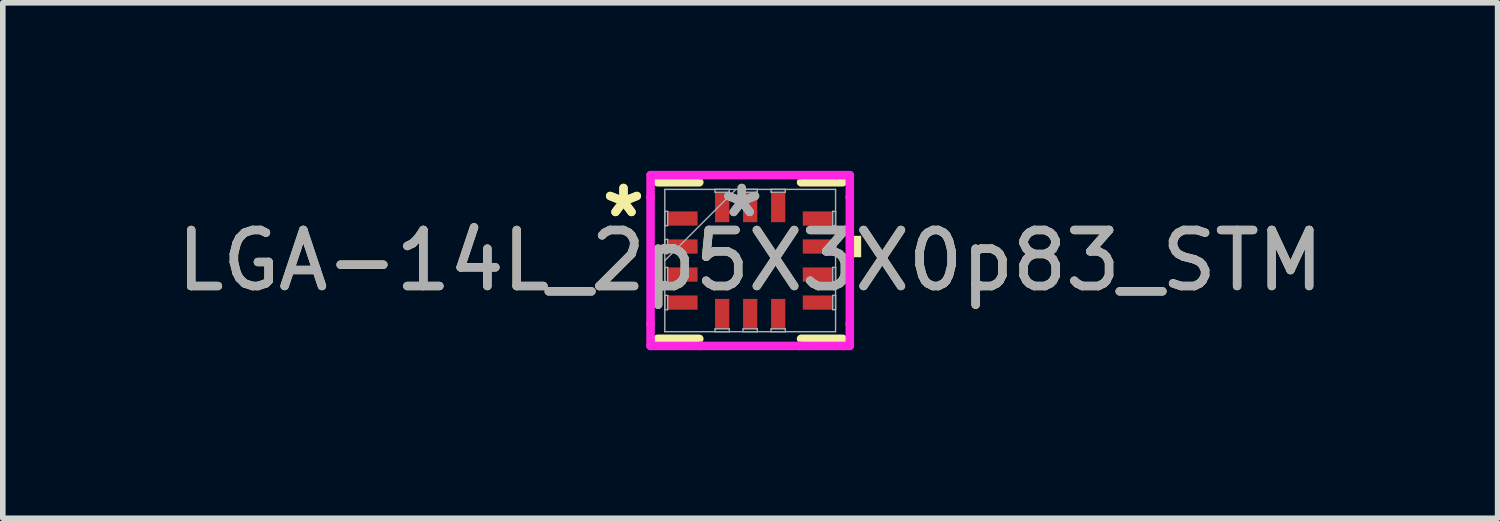
<source format=kicad_pcb>
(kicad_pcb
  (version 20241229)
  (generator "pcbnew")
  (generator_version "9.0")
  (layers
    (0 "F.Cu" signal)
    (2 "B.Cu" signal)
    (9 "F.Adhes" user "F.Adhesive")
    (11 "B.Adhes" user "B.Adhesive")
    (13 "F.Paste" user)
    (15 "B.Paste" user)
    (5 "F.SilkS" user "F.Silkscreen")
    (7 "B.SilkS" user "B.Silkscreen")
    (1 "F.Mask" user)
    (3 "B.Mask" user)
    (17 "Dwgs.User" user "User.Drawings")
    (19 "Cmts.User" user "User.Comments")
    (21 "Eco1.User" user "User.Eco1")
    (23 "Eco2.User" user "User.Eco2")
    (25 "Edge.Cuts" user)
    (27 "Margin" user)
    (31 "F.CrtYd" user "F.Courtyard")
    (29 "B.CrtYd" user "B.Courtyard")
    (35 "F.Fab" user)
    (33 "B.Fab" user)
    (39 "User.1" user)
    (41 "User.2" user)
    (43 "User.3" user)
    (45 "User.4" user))
  (footprint "LGA-14L_2p5X3X0p83_STM"
    (layer "F.Cu")
    (at 10.339 1.6)
    (property "Reference" "LGA-14L_2p5X3X0p83_STM" (at 0 0 0) (unlocked yes) (layer "F.SilkS") (effects (font (size 1 1) (thickness 0.15))))
    (attr smd)
    (fp_line (start -1.651 1.397) (end -0.908 1.397) (stroke (width 0.152) (type solid)) (layer "F.SilkS"))
    (fp_line (start -0.908 -1.397) (end -1.651 -1.397) (stroke (width 0.152) (type solid)) (layer "F.SilkS"))
    (fp_line (start 0.908 1.397) (end 1.651 1.397) (stroke (width 0.152) (type solid)) (layer "F.SilkS"))
    (fp_line (start 1.651 -1.397) (end 0.908 -1.397) (stroke (width 0.152) (type solid)) (layer "F.SilkS"))
    (fp_poly (pts (xy 1.981 -0.441) (xy 1.981 -0.059) (xy 1.727 -0.059) (xy 1.727 -0.441)) (stroke (width 0) (type solid)) (fill yes) (layer "F.SilkS"))
    (fp_line (start -1.778 -1.524) (end -0.881 -1.524) (stroke (width 0.152) (type solid)) (layer "F.CrtYd"))
    (fp_line (start -1.778 -1.131) (end -1.778 -1.524) (stroke (width 0.152) (type solid)) (layer "F.CrtYd"))
    (fp_line (start -1.778 -1.131) (end -1.778 -1.131) (stroke (width 0.152) (type solid)) (layer "F.CrtYd"))
    (fp_line (start -1.778 1.131) (end -1.778 -1.131) (stroke (width 0.152) (type solid)) (layer "F.CrtYd"))
    (fp_line (start -1.778 1.131) (end -1.778 1.131) (stroke (width 0.152) (type solid)) (layer "F.CrtYd"))
    (fp_line (start -1.778 1.524) (end -1.778 1.131) (stroke (width 0.152) (type solid)) (layer "F.CrtYd"))
    (fp_line (start -0.881 -1.524) (end -0.881 -1.524) (stroke (width 0.152) (type solid)) (layer "F.CrtYd"))
    (fp_line (start -0.881 -1.524) (end 0.881 -1.524) (stroke (width 0.152) (type solid)) (layer "F.CrtYd"))
    (fp_line (start -0.881 1.524) (end -1.778 1.524) (stroke (width 0.152) (type solid)) (layer "F.CrtYd"))
    (fp_line (start -0.881 1.524) (end -0.881 1.524) (stroke (width 0.152) (type solid)) (layer "F.CrtYd"))
    (fp_line (start 0.881 -1.524) (end 0.881 -1.524) (stroke (width 0.152) (type solid)) (layer "F.CrtYd"))
    (fp_line (start 0.881 -1.524) (end 1.778 -1.524) (stroke (width 0.152) (type solid)) (layer "F.CrtYd"))
    (fp_line (start 0.881 1.524) (end -0.881 1.524) (stroke (width 0.152) (type solid)) (layer "F.CrtYd"))
    (fp_line (start 0.881 1.524) (end 0.881 1.524) (stroke (width 0.152) (type solid)) (layer "F.CrtYd"))
    (fp_line (start 1.778 -1.524) (end 1.778 -1.131) (stroke (width 0.152) (type solid)) (layer "F.CrtYd"))
    (fp_line (start 1.778 -1.131) (end 1.778 -1.131) (stroke (width 0.152) (type solid)) (layer "F.CrtYd"))
    (fp_line (start 1.778 -1.131) (end 1.778 1.131) (stroke (width 0.152) (type solid)) (layer "F.CrtYd"))
    (fp_line (start 1.778 1.131) (end 1.778 1.131) (stroke (width 0.152) (type solid)) (layer "F.CrtYd"))
    (fp_line (start 1.778 1.131) (end 1.778 1.524) (stroke (width 0.152) (type solid)) (layer "F.CrtYd"))
    (fp_line (start 1.778 1.524) (end 0.881 1.524) (stroke (width 0.152) (type solid)) (layer "F.CrtYd"))
    (fp_line (start -1.524 -1.27) (end -1.524 1.27) (stroke (width 0.025) (type solid)) (layer "F.Fab"))
    (fp_line (start -1.524 -0.877) (end -1.473 -0.877) (stroke (width 0.025) (type solid)) (layer "F.Fab"))
    (fp_line (start -1.524 -0.623) (end -1.524 -0.877) (stroke (width 0.025) (type solid)) (layer "F.Fab"))
    (fp_line (start -1.524 -0.377) (end -1.473 -0.377) (stroke (width 0.025) (type solid)) (layer "F.Fab"))
    (fp_line (start -1.524 -0.123) (end -1.524 -0.377) (stroke (width 0.025) (type solid)) (layer "F.Fab"))
    (fp_line (start -1.524 0) (end -0.254 -1.27) (stroke (width 0.025) (type solid)) (layer "F.Fab"))
    (fp_line (start -1.524 0.123) (end -1.473 0.123) (stroke (width 0.025) (type solid)) (layer "F.Fab"))
    (fp_line (start -1.524 0.377) (end -1.524 0.123) (stroke (width 0.025) (type solid)) (layer "F.Fab"))
    (fp_line (start -1.524 0.623) (end -1.473 0.623) (stroke (width 0.025) (type solid)) (layer "F.Fab"))
    (fp_line (start -1.524 0.877) (end -1.524 0.623) (stroke (width 0.025) (type solid)) (layer "F.Fab"))
    (fp_line (start -1.524 1.27) (end 1.524 1.27) (stroke (width 0.025) (type solid)) (layer "F.Fab"))
    (fp_line (start -1.473 -0.877) (end -1.473 -0.623) (stroke (width 0.025) (type solid)) (layer "F.Fab"))
    (fp_line (start -1.473 -0.623) (end -1.524 -0.623) (stroke (width 0.025) (type solid)) (layer "F.Fab"))
    (fp_line (start -1.473 -0.377) (end -1.473 -0.123) (stroke (width 0.025) (type solid)) (layer "F.Fab"))
    (fp_line (start -1.473 -0.123) (end -1.524 -0.123) (stroke (width 0.025) (type solid)) (layer "F.Fab"))
    (fp_line (start -1.473 0.123) (end -1.473 0.377) (stroke (width 0.025) (type solid)) (layer "F.Fab"))
    (fp_line (start -1.473 0.377) (end -1.524 0.377) (stroke (width 0.025) (type solid)) (layer "F.Fab"))
    (fp_line (start -1.473 0.623) (end -1.473 0.877) (stroke (width 0.025) (type solid)) (layer "F.Fab"))
    (fp_line (start -1.473 0.877) (end -1.524 0.877) (stroke (width 0.025) (type solid)) (layer "F.Fab"))
    (fp_line (start -0.627 -1.27) (end -0.373 -1.27) (stroke (width 0.025) (type solid)) (layer "F.Fab"))
    (fp_line (start -0.627 -1.219) (end -0.627 -1.27) (stroke (width 0.025) (type solid)) (layer "F.Fab"))
    (fp_line (start -0.627 1.219) (end -0.373 1.219) (stroke (width 0.025) (type solid)) (layer "F.Fab"))
    (fp_line (start -0.627 1.27) (end -0.627 1.219) (stroke (width 0.025) (type solid)) (layer "F.Fab"))
    (fp_line (start -0.373 -1.27) (end -0.373 -1.219) (stroke (width 0.025) (type solid)) (layer "F.Fab"))
    (fp_line (start -0.373 -1.219) (end -0.627 -1.219) (stroke (width 0.025) (type solid)) (layer "F.Fab"))
    (fp_line (start -0.373 1.219) (end -0.373 1.27) (stroke (width 0.025) (type solid)) (layer "F.Fab"))
    (fp_line (start -0.373 1.27) (end -0.627 1.27) (stroke (width 0.025) (type solid)) (layer "F.Fab"))
    (fp_line (start -0.127 -1.27) (end 0.127 -1.27) (stroke (width 0.025) (type solid)) (layer "F.Fab"))
    (fp_line (start -0.127 -1.219) (end -0.127 -1.27) (stroke (width 0.025) (type solid)) (layer "F.Fab"))
    (fp_line (start -0.127 1.219) (end 0.127 1.219) (stroke (width 0.025) (type solid)) (layer "F.Fab"))
    (fp_line (start -0.127 1.27) (end -0.127 1.219) (stroke (width 0.025) (type solid)) (layer "F.Fab"))
    (fp_line (start 0.127 -1.27) (end 0.127 -1.219) (stroke (width 0.025) (type solid)) (layer "F.Fab"))
    (fp_line (start 0.127 -1.219) (end -0.127 -1.219) (stroke (width 0.025) (type solid)) (layer "F.Fab"))
    (fp_line (start 0.127 1.219) (end 0.127 1.27) (stroke (width 0.025) (type solid)) (layer "F.Fab"))
    (fp_line (start 0.127 1.27) (end -0.127 1.27) (stroke (width 0.025) (type solid)) (layer "F.Fab"))
    (fp_line (start 0.373 -1.27) (end 0.627 -1.27) (stroke (width 0.025) (type solid)) (layer "F.Fab"))
    (fp_line (start 0.373 -1.219) (end 0.373 -1.27) (stroke (width 0.025) (type solid)) (layer "F.Fab"))
    (fp_line (start 0.373 1.219) (end 0.627 1.219) (stroke (width 0.025) (type solid)) (layer "F.Fab"))
    (fp_line (start 0.373 1.27) (end 0.373 1.219) (stroke (width 0.025) (type solid)) (layer "F.Fab"))
    (fp_line (start 0.627 -1.27) (end 0.627 -1.219) (stroke (width 0.025) (type solid)) (layer "F.Fab"))
    (fp_line (start 0.627 -1.219) (end 0.373 -1.219) (stroke (width 0.025) (type solid)) (layer "F.Fab"))
    (fp_line (start 0.627 1.219) (end 0.627 1.27) (stroke (width 0.025) (type solid)) (layer "F.Fab"))
    (fp_line (start 0.627 1.27) (end 0.373 1.27) (stroke (width 0.025) (type solid)) (layer "F.Fab"))
    (fp_line (start 1.473 -0.877) (end 1.524 -0.877) (stroke (width 0.025) (type solid)) (layer "F.Fab"))
    (fp_line (start 1.473 -0.623) (end 1.473 -0.877) (stroke (width 0.025) (type solid)) (layer "F.Fab"))
    (fp_line (start 1.473 -0.377) (end 1.524 -0.377) (stroke (width 0.025) (type solid)) (layer "F.Fab"))
    (fp_line (start 1.473 -0.123) (end 1.473 -0.377) (stroke (width 0.025) (type solid)) (layer "F.Fab"))
    (fp_line (start 1.473 0.123) (end 1.524 0.123) (stroke (width 0.025) (type solid)) (layer "F.Fab"))
    (fp_line (start 1.473 0.377) (end 1.473 0.123) (stroke (width 0.025) (type solid)) (layer "F.Fab"))
    (fp_line (start 1.473 0.623) (end 1.524 0.623) (stroke (width 0.025) (type solid)) (layer "F.Fab"))
    (fp_line (start 1.473 0.877) (end 1.473 0.623) (stroke (width 0.025) (type solid)) (layer "F.Fab"))
    (fp_line (start 1.524 -1.27) (end -1.524 -1.27) (stroke (width 0.025) (type solid)) (layer "F.Fab"))
    (fp_line (start 1.524 -0.877) (end 1.524 -0.623) (stroke (width 0.025) (type solid)) (layer "F.Fab"))
    (fp_line (start 1.524 -0.623) (end 1.473 -0.623) (stroke (width 0.025) (type solid)) (layer "F.Fab"))
    (fp_line (start 1.524 -0.377) (end 1.524 -0.123) (stroke (width 0.025) (type solid)) (layer "F.Fab"))
    (fp_line (start 1.524 -0.123) (end 1.473 -0.123) (stroke (width 0.025) (type solid)) (layer "F.Fab"))
    (fp_line (start 1.524 0.123) (end 1.524 0.377) (stroke (width 0.025) (type solid)) (layer "F.Fab"))
    (fp_line (start 1.524 0.377) (end 1.473 0.377) (stroke (width 0.025) (type solid)) (layer "F.Fab"))
    (fp_line (start 1.524 0.623) (end 1.524 0.877) (stroke (width 0.025) (type solid)) (layer "F.Fab"))
    (fp_line (start 1.524 0.877) (end 1.473 0.877) (stroke (width 0.025) (type solid)) (layer "F.Fab"))
    (fp_line (start 1.524 1.27) (end 1.524 -1.27) (stroke (width 0.025) (type solid)) (layer "F.Fab"))
    (fp_text user "*" (at -2.261 -0.75 0) (layer "F.SilkS") (effects (font (size 1 1) (thickness 0.15))))
    (fp_text user "*" (at -2.261 -0.75 0) (unlocked yes) (layer "F.SilkS") (effects (font (size 1 1) (thickness 0.15))))
    (fp_text user "${REFERENCE}" (at 0 0 0) (unlocked yes) (layer "F.Fab") (effects (font (size 1 1) (thickness 0.15))))
    (fp_text user "*" (at -0.151 -0.75 0) (layer "F.Fab") (effects (font (size 1 1) (thickness 0.15))))
    (fp_text user "*" (at -0.151 -0.75 0) (unlocked yes) (layer "F.Fab") (effects (font (size 1 1) (thickness 0.15))))
    (pad "1" smd rect (at -1.206 -0.75 90) (size 0.254 0.535) (layers "F.Cu" "F.Mask" "F.Paste"))
    (pad "2" smd rect (at -1.206 -0.25 90) (size 0.254 0.535) (layers "F.Cu" "F.Mask" "F.Paste"))
    (pad "3" smd rect (at -1.206 0.25 90) (size 0.254 0.535) (layers "F.Cu" "F.Mask" "F.Paste"))
    (pad "4" smd rect (at -1.206 0.75 90) (size 0.254 0.535) (layers "F.Cu" "F.Mask" "F.Paste"))
    (pad "5" smd rect (at -0.5 0.952) (size 0.254 0.535) (layers "F.Cu" "F.Mask" "F.Paste"))
    (pad "6" smd rect (at 0 0.952) (size 0.254 0.535) (layers "F.Cu" "F.Mask" "F.Paste"))
    (pad "7" smd rect (at 0.5 0.952) (size 0.254 0.535) (layers "F.Cu" "F.Mask" "F.Paste"))
    (pad "8" smd rect (at 1.206 0.75 90) (size 0.254 0.535) (layers "F.Cu" "F.Mask" "F.Paste"))
    (pad "9" smd rect (at 1.206 0.25 90) (size 0.254 0.535) (layers "F.Cu" "F.Mask" "F.Paste"))
    (pad "10" smd rect (at 1.206 -0.25 90) (size 0.254 0.535) (layers "F.Cu" "F.Mask" "F.Paste"))
    (pad "11" smd rect (at 1.206 -0.75 90) (size 0.254 0.535) (layers "F.Cu" "F.Mask" "F.Paste"))
    (pad "12" smd rect (at 0.5 -0.952) (size 0.254 0.535) (layers "F.Cu" "F.Mask" "F.Paste"))
    (pad "13" smd rect (at 0 -0.952) (size 0.254 0.535) (layers "F.Cu" "F.Mask" "F.Paste"))
    (pad "14" smd rect (at -0.5 -0.952) (size 0.254 0.535) (layers "F.Cu" "F.Mask" "F.Paste")))
  (gr_rect
    (start -3 -3)
    (end 23.679 6.2)
    (stroke (width 0.1) (type default))
    (fill no)
    (layer "Edge.Cuts")))
</source>
